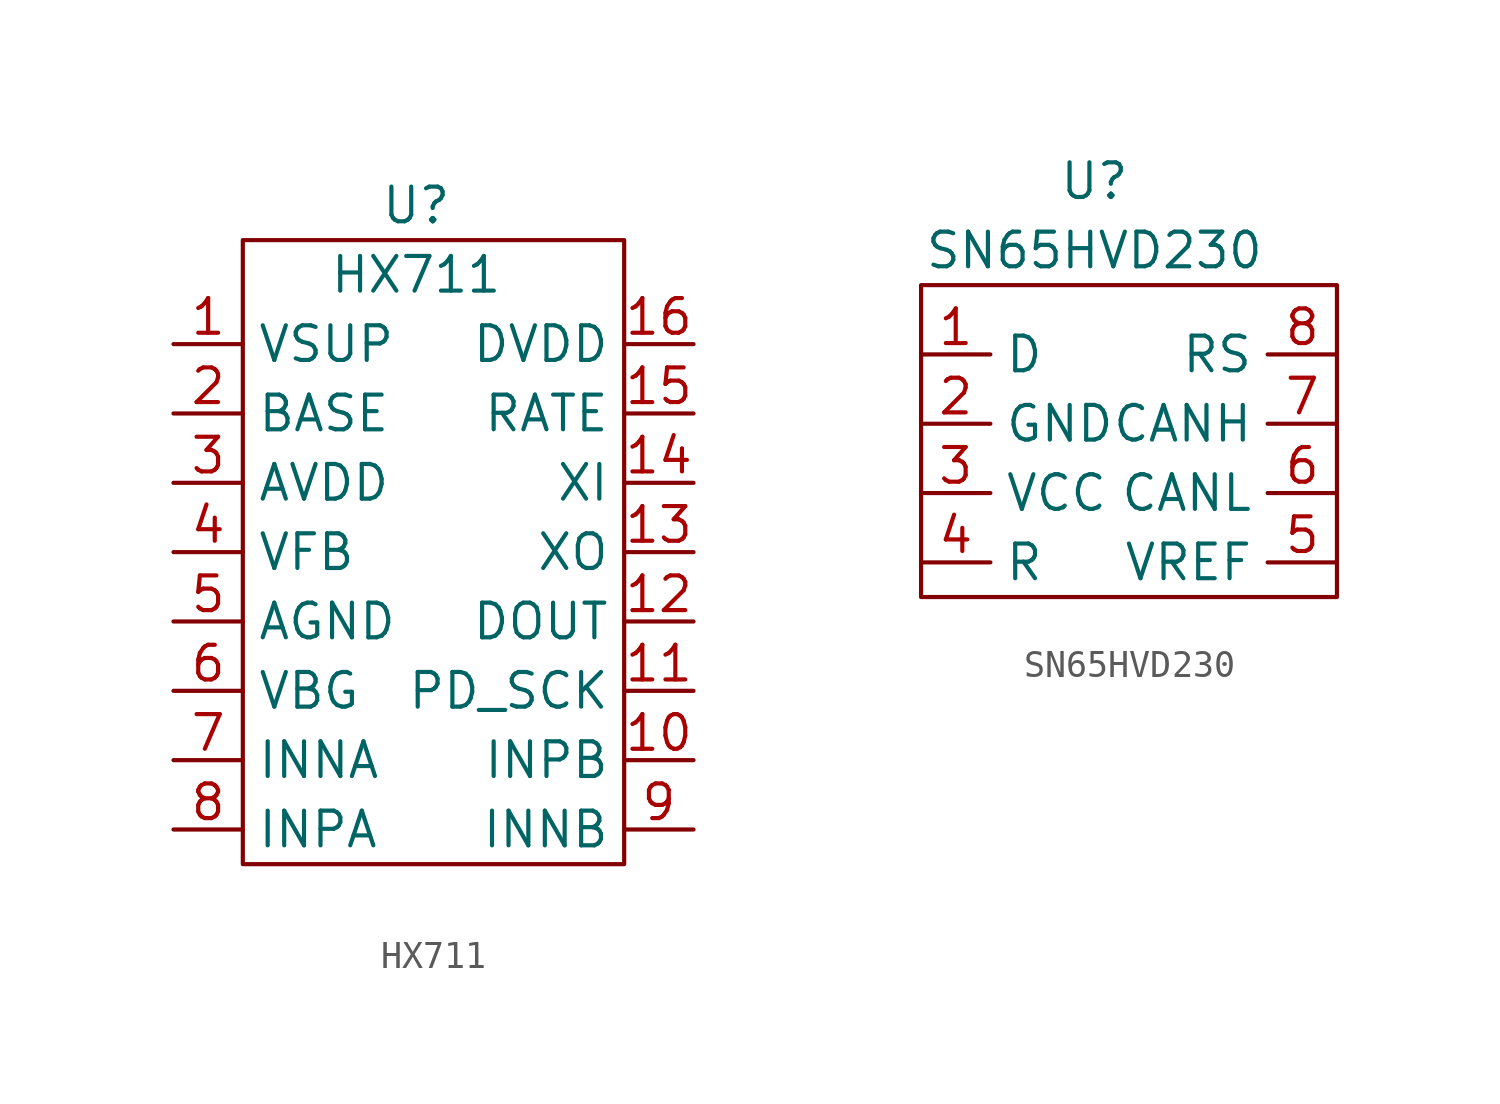
<source format=kicad_sym>
(kicad_symbol_lib
  (version 20211014)
  (generator kicad_symbol_editor)
  (symbol "HX711"
    (property "Reference" "U"
      (at 0 0 0)
      (effects (font (size 1.27 1.27))))
    (property "Value" "HX711"
      (at 0 -2.54 0)
      (effects (font (size 1.27 1.27))))
    (symbol "HX711_0_1"
      (rectangle (start -6.35 -1.27) (end 7.62 -24.13) (stroke (width 0) (type default) (color 0 0 0 0)) (fill (type none))))
    (symbol "HX711_1_1"
      (pin input line (at -8.89 -5.08 0) (length 2.54) (name "VSUP" (effects (font (size 1.27 1.27)))) (number "1" (effects (font (size 1.27 1.27)))))
      (pin input line (at 10.16 -20.32 180) (length 2.54) (name "INPB" (effects (font (size 1.27 1.27)))) (number "10" (effects (font (size 1.27 1.27)))))
      (pin input line (at 10.16 -17.78 180) (length 2.54) (name "PD_SCK" (effects (font (size 1.27 1.27)))) (number "11" (effects (font (size 1.27 1.27)))))
      (pin input line (at 10.16 -15.24 180) (length 2.54) (name "DOUT" (effects (font (size 1.27 1.27)))) (number "12" (effects (font (size 1.27 1.27)))))
      (pin input line (at 10.16 -12.7 180) (length 2.54) (name "XO" (effects (font (size 1.27 1.27)))) (number "13" (effects (font (size 1.27 1.27)))))
      (pin input line (at 10.16 -10.16 180) (length 2.54) (name "XI" (effects (font (size 1.27 1.27)))) (number "14" (effects (font (size 1.27 1.27)))))
      (pin input line (at 10.16 -7.62 180) (length 2.54) (name "RATE" (effects (font (size 1.27 1.27)))) (number "15" (effects (font (size 1.27 1.27)))))
      (pin input line (at 10.16 -5.08 180) (length 2.54) (name "DVDD" (effects (font (size 1.27 1.27)))) (number "16" (effects (font (size 1.27 1.27)))))
      (pin input line (at -8.89 -7.62 0) (length 2.54) (name "BASE" (effects (font (size 1.27 1.27)))) (number "2" (effects (font (size 1.27 1.27)))))
      (pin input line (at -8.89 -10.16 0) (length 2.54) (name "AVDD" (effects (font (size 1.27 1.27)))) (number "3" (effects (font (size 1.27 1.27)))))
      (pin input line (at -8.89 -12.7 0) (length 2.54) (name "VFB" (effects (font (size 1.27 1.27)))) (number "4" (effects (font (size 1.27 1.27)))))
      (pin input line (at -8.89 -15.24 0) (length 2.54) (name "AGND" (effects (font (size 1.27 1.27)))) (number "5" (effects (font (size 1.27 1.27)))))
      (pin input line (at -8.89 -17.78 0) (length 2.54) (name "VBG" (effects (font (size 1.27 1.27)))) (number "6" (effects (font (size 1.27 1.27)))))
      (pin input line (at -8.89 -20.32 0) (length 2.54) (name "INNA" (effects (font (size 1.27 1.27)))) (number "7" (effects (font (size 1.27 1.27)))))
      (pin input line (at -8.89 -22.86 0) (length 2.54) (name "INPA" (effects (font (size 1.27 1.27)))) (number "8" (effects (font (size 1.27 1.27)))))
      (pin input line (at 10.16 -22.86 180) (length 2.54) (name "INNB" (effects (font (size 1.27 1.27)))) (number "9" (effects (font (size 1.27 1.27)))))))
  (symbol "SN65HVD230"
    (property "Reference" "U"
      (at 0 0 0)
      (effects (font (size 1.27 1.27))))
    (property "Value" "SN65HVD230"
      (at 0 -2.54 0)
      (effects (font (size 1.27 1.27))))
    (symbol "SN65HVD230_0_1"
      (rectangle (start -6.35 -15.24) (end 8.89 -3.81) (stroke (width 0) (type default) (color 0 0 0 0)) (fill (type none))))
    (symbol "SN65HVD230_1_1"
      (pin input line (at -6.35 -6.35 0) (length 2.54) (name "D" (effects (font (size 1.27 1.27)))) (number "1" (effects (font (size 1.27 1.27)))))
      (pin input line (at -6.35 -8.89 0) (length 2.54) (name "GND" (effects (font (size 1.27 1.27)))) (number "2" (effects (font (size 1.27 1.27)))))
      (pin input line (at -6.35 -11.43 0) (length 2.54) (name "VCC" (effects (font (size 1.27 1.27)))) (number "3" (effects (font (size 1.27 1.27)))))
      (pin output line (at -6.35 -13.97 0) (length 2.54) (name "R" (effects (font (size 1.27 1.27)))) (number "4" (effects (font (size 1.27 1.27)))))
      (pin input line (at 8.89 -13.97 180) (length 2.54) (name "VREF" (effects (font (size 1.27 1.27)))) (number "5" (effects (font (size 1.27 1.27)))))
      (pin input line (at 8.89 -11.43 180) (length 2.54) (name "CANL" (effects (font (size 1.27 1.27)))) (number "6" (effects (font (size 1.27 1.27)))))
      (pin input line (at 8.89 -8.89 180) (length 2.54) (name "CANH" (effects (font (size 1.27 1.27)))) (number "7" (effects (font (size 1.27 1.27)))))
      (pin input line (at 8.89 -6.35 180) (length 2.54) (name "RS" (effects (font (size 1.27 1.27)))) (number "8" (effects (font (size 1.27 1.27))))))))
</source>
